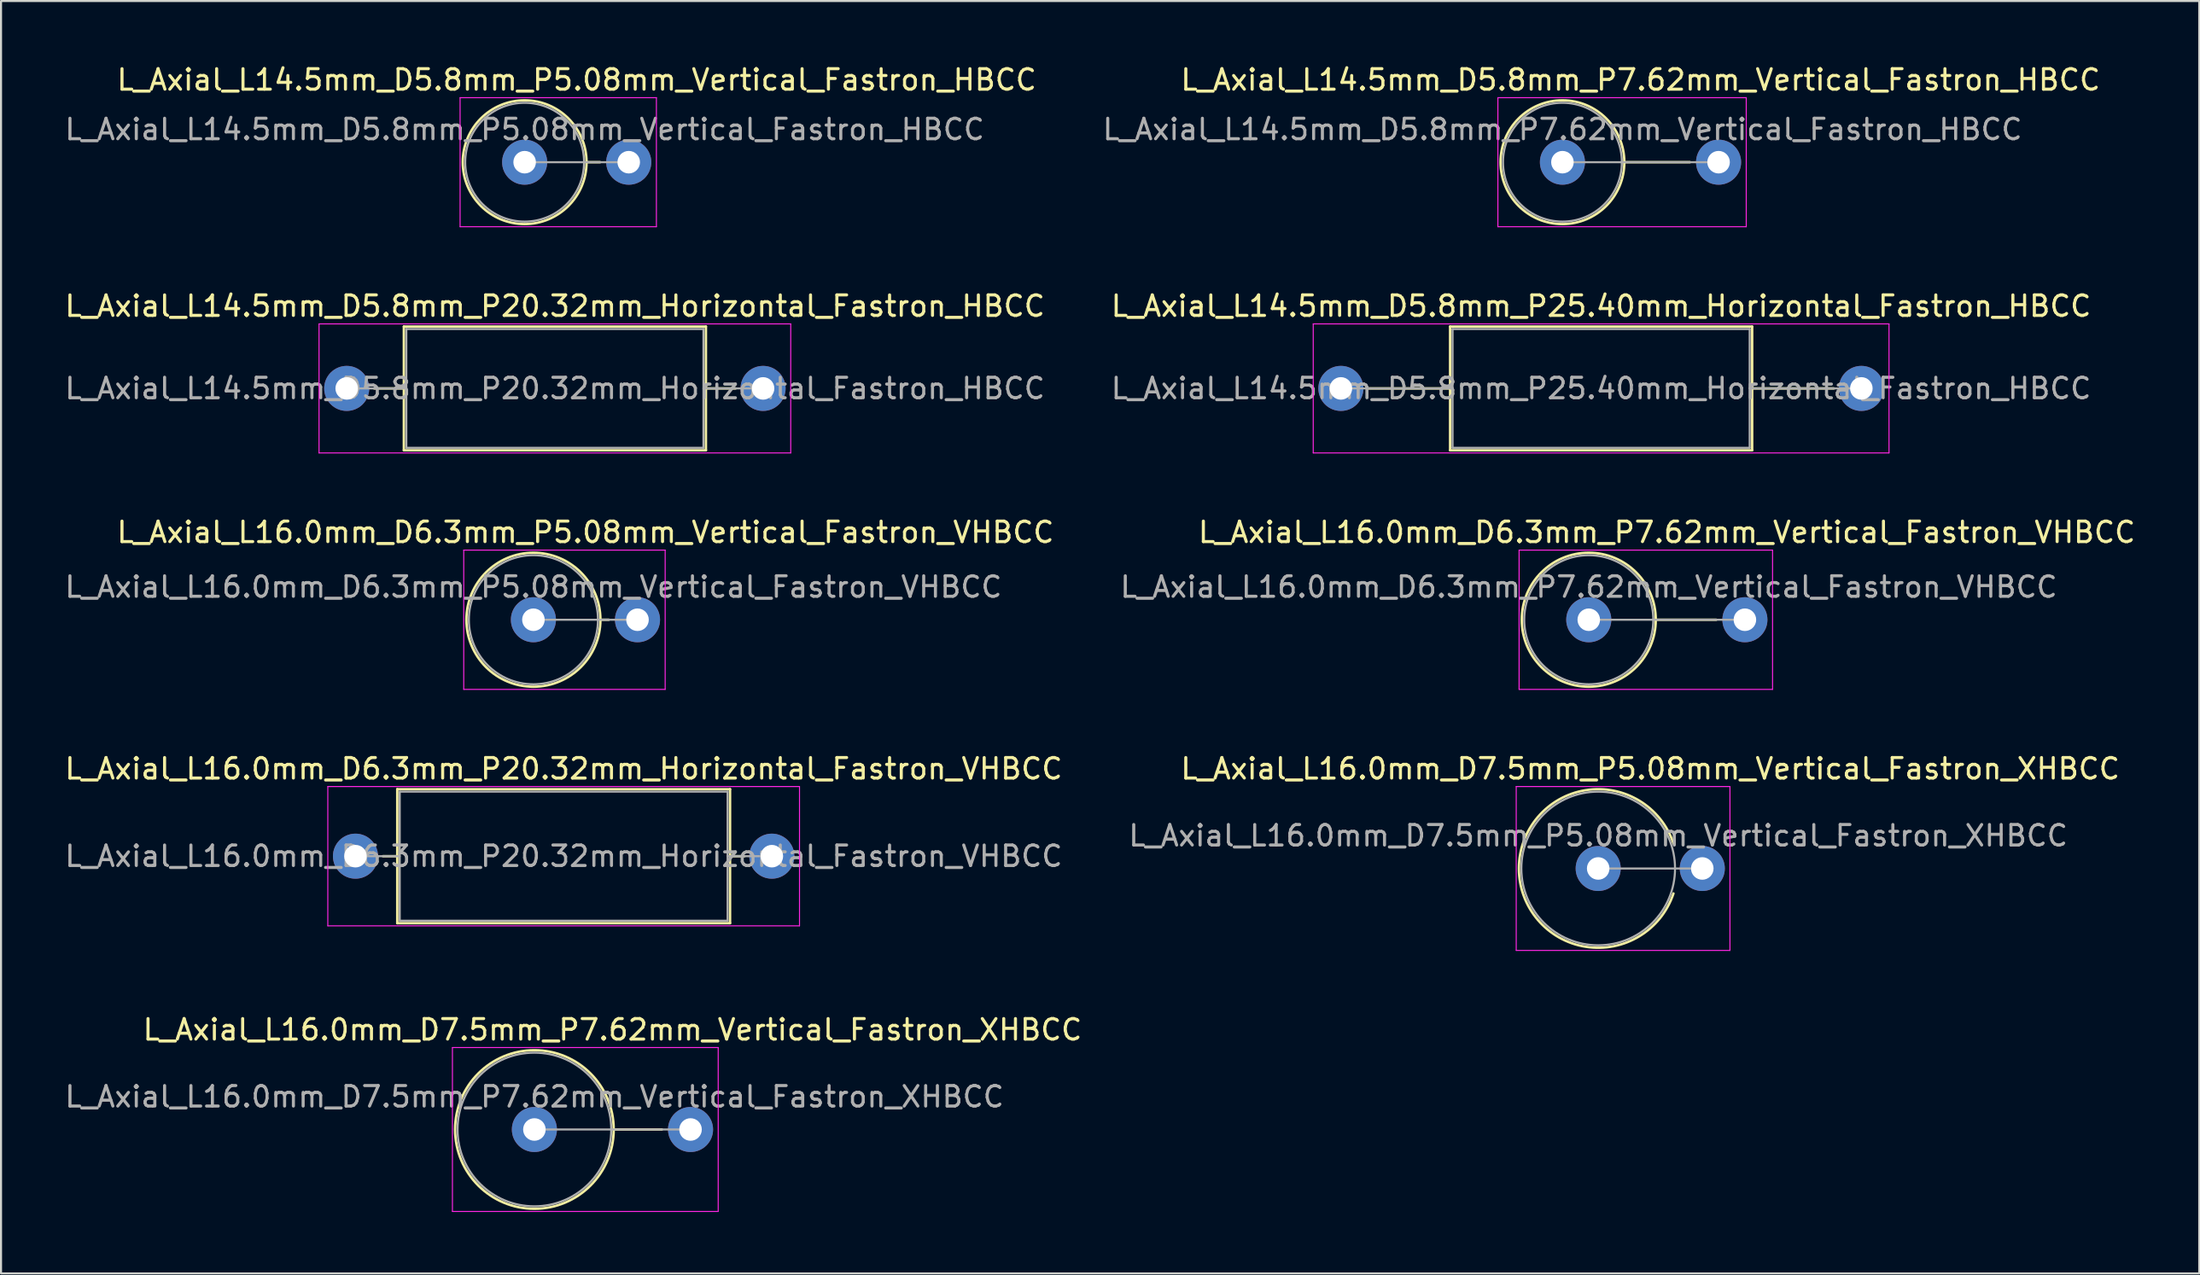
<source format=kicad_pcb>
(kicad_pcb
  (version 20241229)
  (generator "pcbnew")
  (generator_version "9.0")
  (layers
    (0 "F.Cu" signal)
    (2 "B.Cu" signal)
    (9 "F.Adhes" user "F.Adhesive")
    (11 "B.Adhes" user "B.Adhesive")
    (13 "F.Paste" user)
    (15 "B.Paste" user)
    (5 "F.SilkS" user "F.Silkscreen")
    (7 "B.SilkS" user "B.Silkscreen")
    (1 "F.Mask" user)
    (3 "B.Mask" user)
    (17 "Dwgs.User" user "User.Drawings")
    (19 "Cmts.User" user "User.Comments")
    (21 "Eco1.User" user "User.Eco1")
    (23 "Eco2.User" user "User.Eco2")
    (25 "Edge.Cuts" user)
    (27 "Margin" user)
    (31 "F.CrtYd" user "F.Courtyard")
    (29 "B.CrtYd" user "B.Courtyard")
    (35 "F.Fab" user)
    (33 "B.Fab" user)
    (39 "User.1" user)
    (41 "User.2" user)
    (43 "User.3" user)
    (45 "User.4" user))
  (footprint "L_Axial_L14.5mm_D5.8mm_P25.40mm_Horizontal_Fastron_HBCC"
    (layer "F.Cu")
    (at 62.389 15.912)
    (property "Reference" "L_Axial_L14.5mm_D5.8mm_P25.40mm_Horizontal_Fastron_HBCC" (at 12.7 -4.02 0) (layer "F.SilkS") (effects (font (size 1 1) (thickness 0.15))))
    (attr through_hole)
    (fp_line (start 1.34 0) (end 5.33 0) (stroke (width 0.12) (type solid)) (layer "F.SilkS"))
    (fp_line (start 5.33 -3.02) (end 5.33 3.02) (stroke (width 0.12) (type solid)) (layer "F.SilkS"))
    (fp_line (start 5.33 3.02) (end 20.07 3.02) (stroke (width 0.12) (type solid)) (layer "F.SilkS"))
    (fp_line (start 20.07 -3.02) (end 5.33 -3.02) (stroke (width 0.12) (type solid)) (layer "F.SilkS"))
    (fp_line (start 20.07 3.02) (end 20.07 -3.02) (stroke (width 0.12) (type solid)) (layer "F.SilkS"))
    (fp_line (start 24.06 0) (end 20.07 0) (stroke (width 0.12) (type solid)) (layer "F.SilkS"))
    (fp_line (start -1.35 -3.15) (end -1.35 3.15) (stroke (width 0.05) (type solid)) (layer "F.CrtYd"))
    (fp_line (start -1.35 3.15) (end 26.75 3.15) (stroke (width 0.05) (type solid)) (layer "F.CrtYd"))
    (fp_line (start 26.75 -3.15) (end -1.35 -3.15) (stroke (width 0.05) (type solid)) (layer "F.CrtYd"))
    (fp_line (start 26.75 3.15) (end 26.75 -3.15) (stroke (width 0.05) (type solid)) (layer "F.CrtYd"))
    (fp_line (start 0 0) (end 5.45 0) (stroke (width 0.1) (type solid)) (layer "F.Fab"))
    (fp_line (start 5.45 -2.9) (end 5.45 2.9) (stroke (width 0.1) (type solid)) (layer "F.Fab"))
    (fp_line (start 5.45 2.9) (end 19.95 2.9) (stroke (width 0.1) (type solid)) (layer "F.Fab"))
    (fp_line (start 19.95 -2.9) (end 5.45 -2.9) (stroke (width 0.1) (type solid)) (layer "F.Fab"))
    (fp_line (start 19.95 2.9) (end 19.95 -2.9) (stroke (width 0.1) (type solid)) (layer "F.Fab"))
    (fp_line (start 25.4 0) (end 19.95 0) (stroke (width 0.1) (type solid)) (layer "F.Fab"))
    (fp_text user "${REFERENCE}" (at 12.7 0 0) (layer "F.Fab") (effects (font (size 1 1) (thickness 0.15))))
    (pad "1" thru_hole circle (at 0 0) (size 2.2 2.2) (drill 1.1) (layers "*.Cu" "*.Mask"))
    (pad "2" thru_hole oval (at 25.4 0) (size 2.2 2.2) (drill 1.1) (layers "*.Cu" "*.Mask")))
  (footprint "L_Axial_L16.0mm_D6.3mm_P5.08mm_Vertical_Fastron_VHBCC"
    (layer "F.Cu")
    (at 22.982 27.205)
    (property "Reference" "L_Axial_L16.0mm_D6.3mm_P5.08mm_Vertical_Fastron_VHBCC" (at 2.54 -4.27 0) (layer "F.SilkS") (effects (font (size 1 1) (thickness 0.15))))
    (attr through_hole)
    (fp_line (start 3.27 0) (end 3.68 0) (stroke (width 0.12) (type solid)) (layer "F.SilkS"))
    (fp_circle (center 0 0) (end 3.27 0) (stroke (width 0.12) (type solid)) (fill no) (layer "F.SilkS"))
    (fp_line (start -3.4 -3.4) (end -3.4 3.4) (stroke (width 0.05) (type solid)) (layer "F.CrtYd"))
    (fp_line (start -3.4 3.4) (end 6.43 3.4) (stroke (width 0.05) (type solid)) (layer "F.CrtYd"))
    (fp_line (start 6.43 -3.4) (end -3.4 -3.4) (stroke (width 0.05) (type solid)) (layer "F.CrtYd"))
    (fp_line (start 6.43 3.4) (end 6.43 -3.4) (stroke (width 0.05) (type solid)) (layer "F.CrtYd"))
    (fp_line (start 0 0) (end 5.08 0) (stroke (width 0.1) (type solid)) (layer "F.Fab"))
    (fp_circle (center 0 0) (end 3.15 0) (stroke (width 0.1) (type solid)) (fill no) (layer "F.Fab"))
    (fp_text user "${REFERENCE}" (at 0 -1.6 0) (layer "F.Fab") (effects (font (size 1 1) (thickness 0.15))))
    (pad "1" thru_hole circle (at 0 0) (size 2.2 2.2) (drill 1.1) (layers "*.Cu" "*.Mask"))
    (pad "2" thru_hole oval (at 5.08 0) (size 2.2 2.2) (drill 1.1) (layers "*.Cu" "*.Mask")))
  (footprint "L_Axial_L16.0mm_D7.5mm_P7.62mm_Vertical_Fastron_XHBCC"
    (layer "F.Cu")
    (at 23.03 52.091)
    (property "Reference" "L_Axial_L16.0mm_D7.5mm_P7.62mm_Vertical_Fastron_XHBCC" (at 3.81 -4.87 0) (layer "F.SilkS") (effects (font (size 1 1) (thickness 0.15))))
    (attr through_hole)
    (fp_line (start 3.87 0) (end 6.22 0) (stroke (width 0.12) (type solid)) (layer "F.SilkS"))
    (fp_circle (center 0 0) (end 3.87 0) (stroke (width 0.12) (type solid)) (fill no) (layer "F.SilkS"))
    (fp_line (start -4 -4) (end -4 4) (stroke (width 0.05) (type solid)) (layer "F.CrtYd"))
    (fp_line (start -4 4) (end 8.97 4) (stroke (width 0.05) (type solid)) (layer "F.CrtYd"))
    (fp_line (start 8.97 -4) (end -4 -4) (stroke (width 0.05) (type solid)) (layer "F.CrtYd"))
    (fp_line (start 8.97 4) (end 8.97 -4) (stroke (width 0.05) (type solid)) (layer "F.CrtYd"))
    (fp_line (start 0 0) (end 7.62 0) (stroke (width 0.1) (type solid)) (layer "F.Fab"))
    (fp_circle (center 0 0) (end 3.75 0) (stroke (width 0.1) (type solid)) (fill no) (layer "F.Fab"))
    (fp_text user "${REFERENCE}" (at 0 -1.6 0) (layer "F.Fab") (effects (font (size 1 1) (thickness 0.15))))
    (pad "1" thru_hole circle (at 0 0) (size 2.2 2.2) (drill 1.1) (layers "*.Cu" "*.Mask"))
    (pad "2" thru_hole oval (at 7.62 0) (size 2.2 2.2) (drill 1.1) (layers "*.Cu" "*.Mask")))
  (footprint "L_Axial_L16.0mm_D6.3mm_P20.32mm_Horizontal_Fastron_VHBCC"
    (layer "F.Cu")
    (at 14.298 38.748)
    (property "Reference" "L_Axial_L16.0mm_D6.3mm_P20.32mm_Horizontal_Fastron_VHBCC" (at 10.16 -4.27 0) (layer "F.SilkS") (effects (font (size 1 1) (thickness 0.15))))
    (attr through_hole)
    (fp_line (start 1.34 0) (end 2.04 0) (stroke (width 0.12) (type solid)) (layer "F.SilkS"))
    (fp_line (start 2.04 -3.27) (end 2.04 3.27) (stroke (width 0.12) (type solid)) (layer "F.SilkS"))
    (fp_line (start 2.04 3.27) (end 18.28 3.27) (stroke (width 0.12) (type solid)) (layer "F.SilkS"))
    (fp_line (start 18.28 -3.27) (end 2.04 -3.27) (stroke (width 0.12) (type solid)) (layer "F.SilkS"))
    (fp_line (start 18.28 3.27) (end 18.28 -3.27) (stroke (width 0.12) (type solid)) (layer "F.SilkS"))
    (fp_line (start 18.98 0) (end 18.28 0) (stroke (width 0.12) (type solid)) (layer "F.SilkS"))
    (fp_line (start -1.35 -3.4) (end -1.35 3.4) (stroke (width 0.05) (type solid)) (layer "F.CrtYd"))
    (fp_line (start -1.35 3.4) (end 21.67 3.4) (stroke (width 0.05) (type solid)) (layer "F.CrtYd"))
    (fp_line (start 21.67 -3.4) (end -1.35 -3.4) (stroke (width 0.05) (type solid)) (layer "F.CrtYd"))
    (fp_line (start 21.67 3.4) (end 21.67 -3.4) (stroke (width 0.05) (type solid)) (layer "F.CrtYd"))
    (fp_line (start 0 0) (end 2.16 0) (stroke (width 0.1) (type solid)) (layer "F.Fab"))
    (fp_line (start 2.16 -3.15) (end 2.16 3.15) (stroke (width 0.1) (type solid)) (layer "F.Fab"))
    (fp_line (start 2.16 3.15) (end 18.16 3.15) (stroke (width 0.1) (type solid)) (layer "F.Fab"))
    (fp_line (start 18.16 -3.15) (end 2.16 -3.15) (stroke (width 0.1) (type solid)) (layer "F.Fab"))
    (fp_line (start 18.16 3.15) (end 18.16 -3.15) (stroke (width 0.1) (type solid)) (layer "F.Fab"))
    (fp_line (start 20.32 0) (end 18.16 0) (stroke (width 0.1) (type solid)) (layer "F.Fab"))
    (fp_text user "${REFERENCE}" (at 10.16 0 0) (layer "F.Fab") (effects (font (size 1 1) (thickness 0.15))))
    (pad "1" thru_hole circle (at 0 0) (size 2.2 2.2) (drill 1.1) (layers "*.Cu" "*.Mask"))
    (pad "2" thru_hole oval (at 20.32 0) (size 2.2 2.2) (drill 1.1) (layers "*.Cu" "*.Mask")))
  (footprint "L_Axial_L14.5mm_D5.8mm_P20.32mm_Horizontal_Fastron_HBCC"
    (layer "F.Cu")
    (at 13.87 15.912)
    (property "Reference" "L_Axial_L14.5mm_D5.8mm_P20.32mm_Horizontal_Fastron_HBCC" (at 10.16 -4.02 0) (layer "F.SilkS") (effects (font (size 1 1) (thickness 0.15))))
    (attr through_hole)
    (fp_line (start 1.34 0) (end 2.79 0) (stroke (width 0.12) (type solid)) (layer "F.SilkS"))
    (fp_line (start 2.79 -3.02) (end 2.79 3.02) (stroke (width 0.12) (type solid)) (layer "F.SilkS"))
    (fp_line (start 2.79 3.02) (end 17.53 3.02) (stroke (width 0.12) (type solid)) (layer "F.SilkS"))
    (fp_line (start 17.53 -3.02) (end 2.79 -3.02) (stroke (width 0.12) (type solid)) (layer "F.SilkS"))
    (fp_line (start 17.53 3.02) (end 17.53 -3.02) (stroke (width 0.12) (type solid)) (layer "F.SilkS"))
    (fp_line (start 18.98 0) (end 17.53 0) (stroke (width 0.12) (type solid)) (layer "F.SilkS"))
    (fp_line (start -1.35 -3.15) (end -1.35 3.15) (stroke (width 0.05) (type solid)) (layer "F.CrtYd"))
    (fp_line (start -1.35 3.15) (end 21.67 3.15) (stroke (width 0.05) (type solid)) (layer "F.CrtYd"))
    (fp_line (start 21.67 -3.15) (end -1.35 -3.15) (stroke (width 0.05) (type solid)) (layer "F.CrtYd"))
    (fp_line (start 21.67 3.15) (end 21.67 -3.15) (stroke (width 0.05) (type solid)) (layer "F.CrtYd"))
    (fp_line (start 0 0) (end 2.91 0) (stroke (width 0.1) (type solid)) (layer "F.Fab"))
    (fp_line (start 2.91 -2.9) (end 2.91 2.9) (stroke (width 0.1) (type solid)) (layer "F.Fab"))
    (fp_line (start 2.91 2.9) (end 17.41 2.9) (stroke (width 0.1) (type solid)) (layer "F.Fab"))
    (fp_line (start 17.41 -2.9) (end 2.91 -2.9) (stroke (width 0.1) (type solid)) (layer "F.Fab"))
    (fp_line (start 17.41 2.9) (end 17.41 -2.9) (stroke (width 0.1) (type solid)) (layer "F.Fab"))
    (fp_line (start 20.32 0) (end 17.41 0) (stroke (width 0.1) (type solid)) (layer "F.Fab"))
    (fp_text user "${REFERENCE}" (at 10.16 0 0) (layer "F.Fab") (effects (font (size 1 1) (thickness 0.15))))
    (pad "1" thru_hole circle (at 0 0) (size 2.2 2.2) (drill 1.1) (layers "*.Cu" "*.Mask"))
    (pad "2" thru_hole oval (at 20.32 0) (size 2.2 2.2) (drill 1.1) (layers "*.Cu" "*.Mask")))
  (footprint "L_Axial_L14.5mm_D5.8mm_P7.62mm_Vertical_Fastron_HBCC"
    (layer "F.Cu")
    (at 73.201 4.868)
    (property "Reference" "L_Axial_L14.5mm_D5.8mm_P7.62mm_Vertical_Fastron_HBCC" (at 3.81 -4.02 0) (layer "F.SilkS") (effects (font (size 1 1) (thickness 0.15))))
    (attr through_hole)
    (fp_line (start 3.02 0) (end 6.22 0) (stroke (width 0.12) (type solid)) (layer "F.SilkS"))
    (fp_circle (center 0 0) (end 3.02 0) (stroke (width 0.12) (type solid)) (fill no) (layer "F.SilkS"))
    (fp_line (start -3.15 -3.15) (end -3.15 3.15) (stroke (width 0.05) (type solid)) (layer "F.CrtYd"))
    (fp_line (start -3.15 3.15) (end 8.97 3.15) (stroke (width 0.05) (type solid)) (layer "F.CrtYd"))
    (fp_line (start 8.97 -3.15) (end -3.15 -3.15) (stroke (width 0.05) (type solid)) (layer "F.CrtYd"))
    (fp_line (start 8.97 3.15) (end 8.97 -3.15) (stroke (width 0.05) (type solid)) (layer "F.CrtYd"))
    (fp_line (start 0 0) (end 7.62 0) (stroke (width 0.1) (type solid)) (layer "F.Fab"))
    (fp_circle (center 0 0) (end 2.9 0) (stroke (width 0.1) (type solid)) (fill no) (layer "F.Fab"))
    (fp_text user "${REFERENCE}" (at 0 -1.6 0) (layer "F.Fab") (effects (font (size 1 1) (thickness 0.15))))
    (pad "1" thru_hole circle (at 0 0) (size 2.2 2.2) (drill 1.1) (layers "*.Cu" "*.Mask"))
    (pad "2" thru_hole oval (at 7.62 0) (size 2.2 2.2) (drill 1.1) (layers "*.Cu" "*.Mask")))
  (footprint "L_Axial_L14.5mm_D5.8mm_P5.08mm_Vertical_Fastron_HBCC"
    (layer "F.Cu")
    (at 22.554 4.868)
    (property "Reference" "L_Axial_L14.5mm_D5.8mm_P5.08mm_Vertical_Fastron_HBCC" (at 2.54 -4.02 0) (layer "F.SilkS") (effects (font (size 1 1) (thickness 0.15))))
    (attr through_hole)
    (fp_line (start 3.02 0) (end 3.68 0) (stroke (width 0.12) (type solid)) (layer "F.SilkS"))
    (fp_circle (center 0 0) (end 3.02 0) (stroke (width 0.12) (type solid)) (fill no) (layer "F.SilkS"))
    (fp_line (start -3.15 -3.15) (end -3.15 3.15) (stroke (width 0.05) (type solid)) (layer "F.CrtYd"))
    (fp_line (start -3.15 3.15) (end 6.43 3.15) (stroke (width 0.05) (type solid)) (layer "F.CrtYd"))
    (fp_line (start 6.43 -3.15) (end -3.15 -3.15) (stroke (width 0.05) (type solid)) (layer "F.CrtYd"))
    (fp_line (start 6.43 3.15) (end 6.43 -3.15) (stroke (width 0.05) (type solid)) (layer "F.CrtYd"))
    (fp_line (start 0 0) (end 5.08 0) (stroke (width 0.1) (type solid)) (layer "F.Fab"))
    (fp_circle (center 0 0) (end 2.9 0) (stroke (width 0.1) (type solid)) (fill no) (layer "F.Fab"))
    (fp_text user "${REFERENCE}" (at 0 -1.6 0) (layer "F.Fab") (effects (font (size 1 1) (thickness 0.15))))
    (pad "1" thru_hole circle (at 0 0) (size 2.2 2.2) (drill 1.1) (layers "*.Cu" "*.Mask"))
    (pad "2" thru_hole oval (at 5.08 0) (size 2.2 2.2) (drill 1.1) (layers "*.Cu" "*.Mask")))
  (footprint "L_Axial_L16.0mm_D7.5mm_P5.08mm_Vertical_Fastron_XHBCC"
    (layer "F.Cu")
    (at 74.946 39.348)
    (property "Reference" "L_Axial_L16.0mm_D7.5mm_P5.08mm_Vertical_Fastron_XHBCC" (at 2.54 -4.87 0) (layer "F.SilkS") (effects (font (size 1 1) (thickness 0.15))))
    (attr through_hole)
    (fp_arc (start 3.672669 1.22) (mid -3.87 0) (end 3.672669 -1.22) (stroke (width 0.12) (type solid)) (layer "F.SilkS"))
    (fp_line (start -4 -4) (end -4 4) (stroke (width 0.05) (type solid)) (layer "F.CrtYd"))
    (fp_line (start -4 4) (end 6.43 4) (stroke (width 0.05) (type solid)) (layer "F.CrtYd"))
    (fp_line (start 6.43 -4) (end -4 -4) (stroke (width 0.05) (type solid)) (layer "F.CrtYd"))
    (fp_line (start 6.43 4) (end 6.43 -4) (stroke (width 0.05) (type solid)) (layer "F.CrtYd"))
    (fp_line (start 0 0) (end 5.08 0) (stroke (width 0.1) (type solid)) (layer "F.Fab"))
    (fp_circle (center 0 0) (end 3.75 0) (stroke (width 0.1) (type solid)) (fill no) (layer "F.Fab"))
    (fp_text user "${REFERENCE}" (at 0 -1.6 0) (layer "F.Fab") (effects (font (size 1 1) (thickness 0.15))))
    (pad "1" thru_hole circle (at 0 0) (size 2.2 2.2) (drill 1.1) (layers "*.Cu" "*.Mask"))
    (pad "2" thru_hole oval (at 5.08 0) (size 2.2 2.2) (drill 1.1) (layers "*.Cu" "*.Mask")))
  (footprint "L_Axial_L16.0mm_D6.3mm_P7.62mm_Vertical_Fastron_VHBCC"
    (layer "F.Cu")
    (at 74.486 27.205)
    (property "Reference" "L_Axial_L16.0mm_D6.3mm_P7.62mm_Vertical_Fastron_VHBCC" (at 3.81 -4.27 0) (layer "F.SilkS") (effects (font (size 1 1) (thickness 0.15))))
    (attr through_hole)
    (fp_line (start 3.27 0) (end 6.22 0) (stroke (width 0.12) (type solid)) (layer "F.SilkS"))
    (fp_circle (center 0 0) (end 3.27 0) (stroke (width 0.12) (type solid)) (fill no) (layer "F.SilkS"))
    (fp_line (start -3.4 -3.4) (end -3.4 3.4) (stroke (width 0.05) (type solid)) (layer "F.CrtYd"))
    (fp_line (start -3.4 3.4) (end 8.97 3.4) (stroke (width 0.05) (type solid)) (layer "F.CrtYd"))
    (fp_line (start 8.97 -3.4) (end -3.4 -3.4) (stroke (width 0.05) (type solid)) (layer "F.CrtYd"))
    (fp_line (start 8.97 3.4) (end 8.97 -3.4) (stroke (width 0.05) (type solid)) (layer "F.CrtYd"))
    (fp_line (start 0 0) (end 7.62 0) (stroke (width 0.1) (type solid)) (layer "F.Fab"))
    (fp_circle (center 0 0) (end 3.15 0) (stroke (width 0.1) (type solid)) (fill no) (layer "F.Fab"))
    (fp_text user "${REFERENCE}" (at 0 -1.6 0) (layer "F.Fab") (effects (font (size 1 1) (thickness 0.15))))
    (pad "1" thru_hole circle (at 0 0) (size 2.2 2.2) (drill 1.1) (layers "*.Cu" "*.Mask"))
    (pad "2" thru_hole oval (at 7.62 0) (size 2.2 2.2) (drill 1.1) (layers "*.Cu" "*.Mask")))
  (gr_rect
    (start -3 -3)
    (end 104.279 59.116)
    (stroke (width 0.1) (type default))
    (fill no)
    (layer "Edge.Cuts")))
</source>
